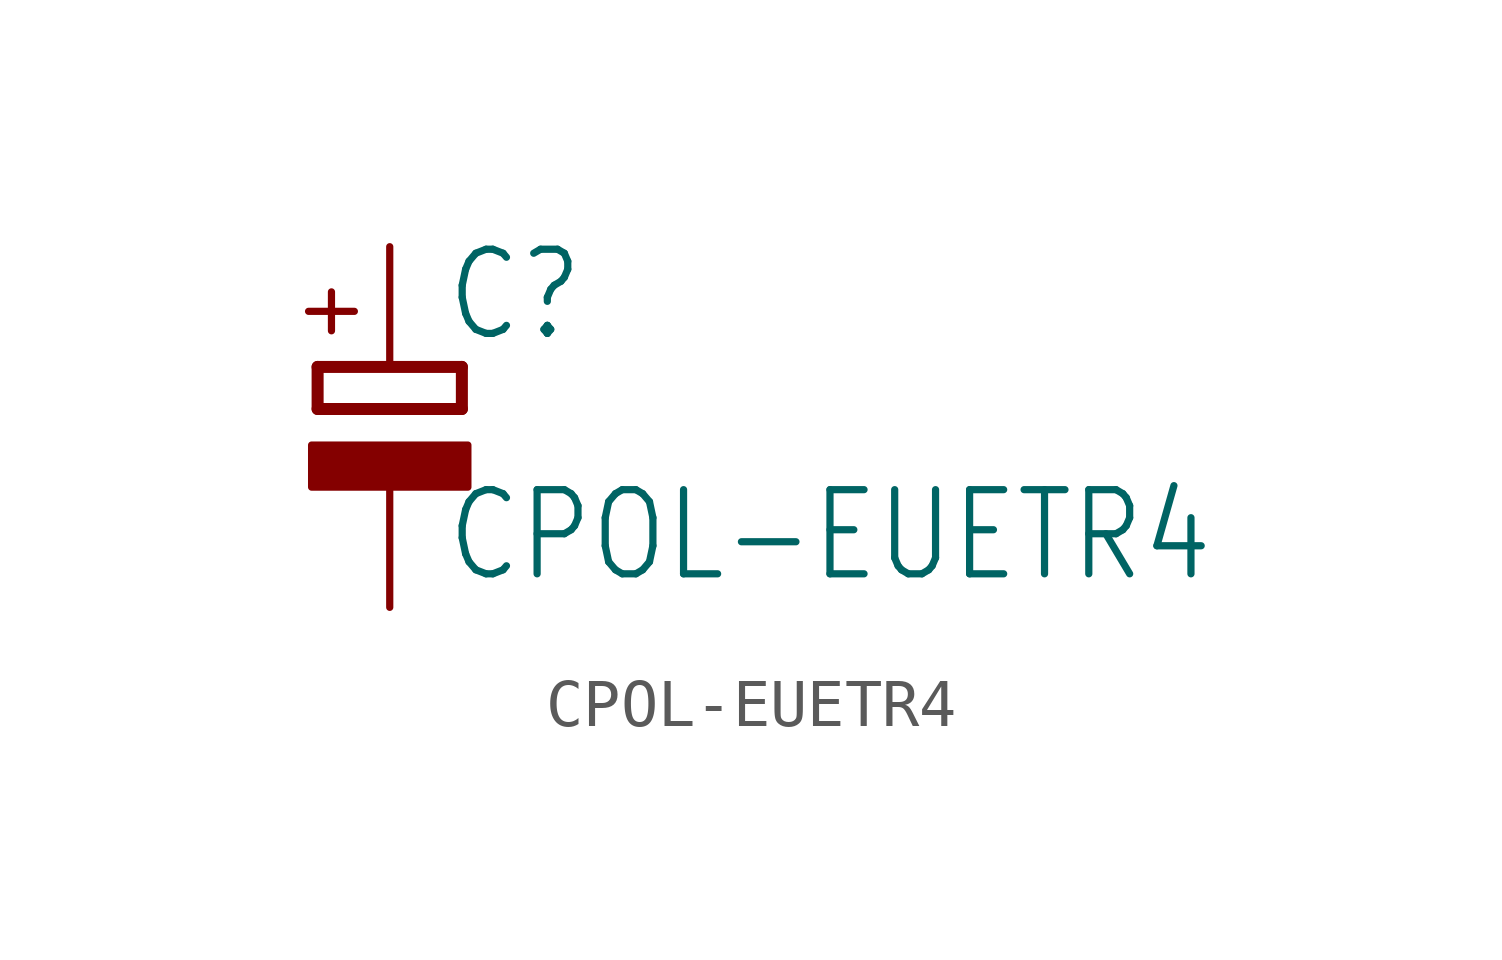
<source format=kicad_sym>
(kicad_symbol_lib
  (version 20210619)
  (generator kicad_symbol_editor)
  (symbol "CPOL-EUETR4"
    (property "Reference" "C"
      (at 1.143 0.483 0)
      (effects (font (size 1.778 1.511)) (justify left bottom)))
    (property "Value" "CPOL-EUETR4"
      (at 1.143 -4.597 0)
      (effects (font (size 1.778 1.511)) (justify left bottom)))
    (property "ki_locked" ""
      (at 0 0 0)
      (effects (font (size 1.27 1.27))))
    (symbol "CPOL-EUETR4_1_0"
      (text "+" (at -0.584 0.406 900) (effects (font (size 1.27 1.079)) (justify left bottom)))
      (rectangle (start -1.651 -2.54) (end 1.651 -1.651) (stroke (width 0)) (fill (type outline)))
      (polyline (pts (xy -1.524 -0.889) (xy 1.524 -0.889)) (stroke (width 0.254)) (fill (type none)))
      (polyline (pts (xy -1.524 0) (xy -1.524 -0.889)) (stroke (width 0.254)) (fill (type none)))
      (polyline (pts (xy -1.524 0) (xy 1.524 0)) (stroke (width 0.254)) (fill (type none)))
      (polyline (pts (xy 1.524 -0.889) (xy 1.524 0)) (stroke (width 0.254)) (fill (type none)))
      (pin passive line (at 0 2.54 270) (length 2.54) (name "+" (effects (font (size 0 0)))) (number "+" (effects (font (size 0 0)))))
      (pin passive line (at 0 -5.08 90) (length 2.54) (name "-" (effects (font (size 0 0)))) (number "-" (effects (font (size 0 0))))))))
</source>
